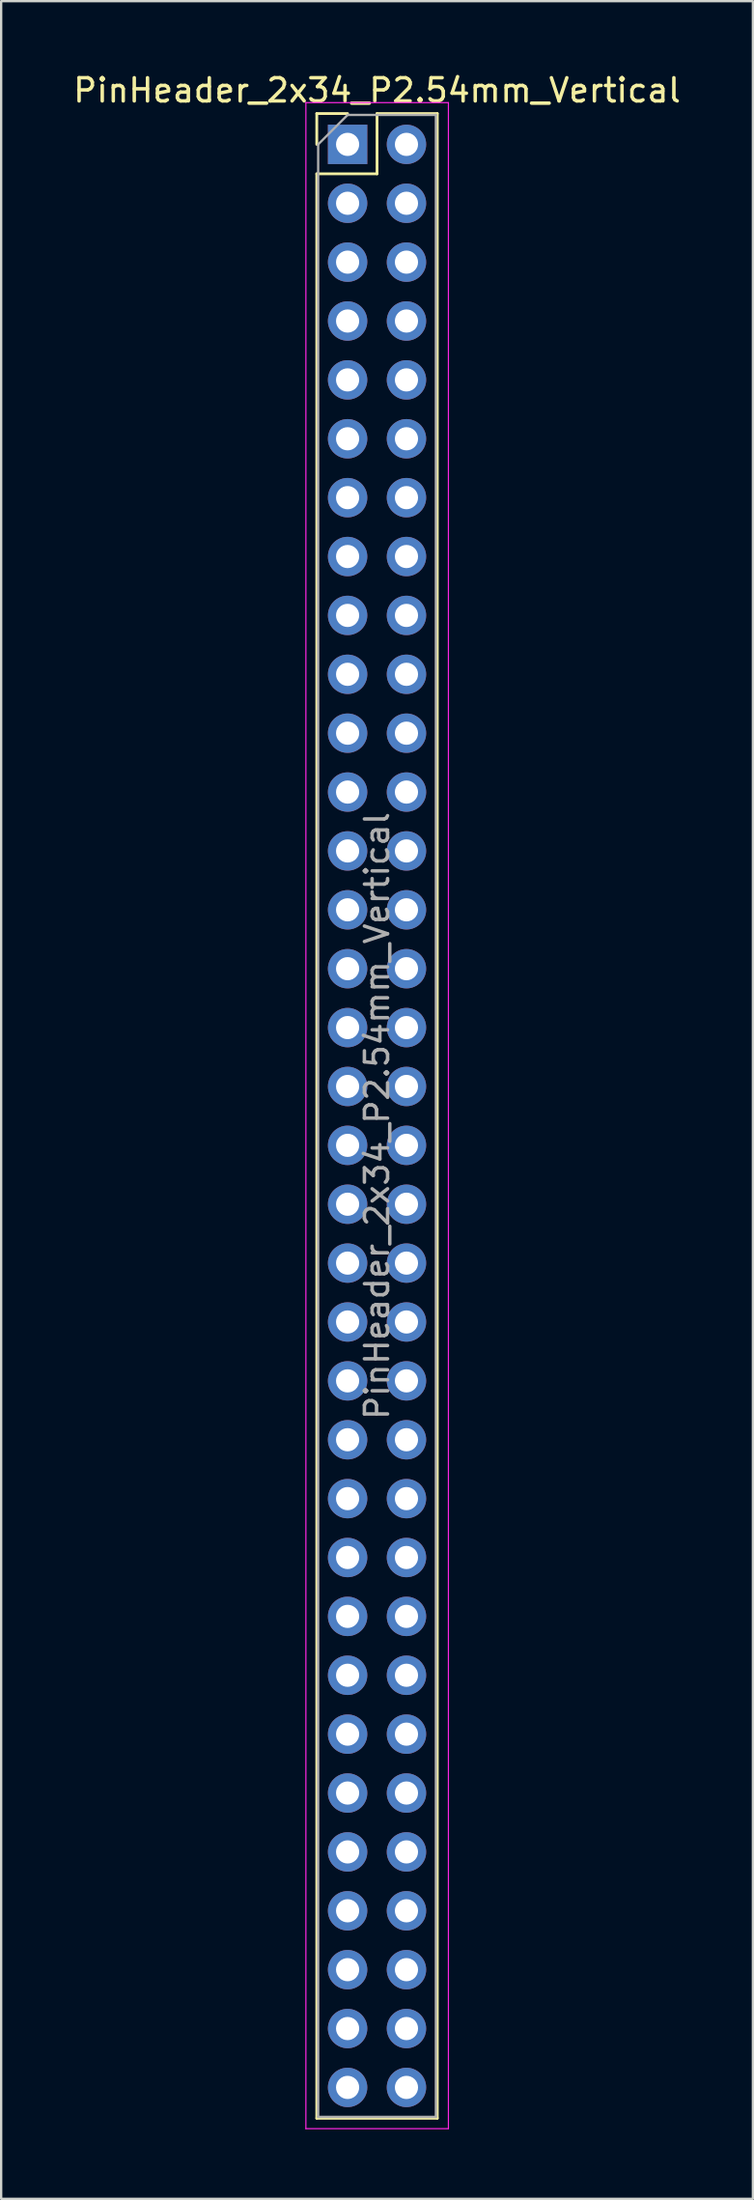
<source format=kicad_pcb>
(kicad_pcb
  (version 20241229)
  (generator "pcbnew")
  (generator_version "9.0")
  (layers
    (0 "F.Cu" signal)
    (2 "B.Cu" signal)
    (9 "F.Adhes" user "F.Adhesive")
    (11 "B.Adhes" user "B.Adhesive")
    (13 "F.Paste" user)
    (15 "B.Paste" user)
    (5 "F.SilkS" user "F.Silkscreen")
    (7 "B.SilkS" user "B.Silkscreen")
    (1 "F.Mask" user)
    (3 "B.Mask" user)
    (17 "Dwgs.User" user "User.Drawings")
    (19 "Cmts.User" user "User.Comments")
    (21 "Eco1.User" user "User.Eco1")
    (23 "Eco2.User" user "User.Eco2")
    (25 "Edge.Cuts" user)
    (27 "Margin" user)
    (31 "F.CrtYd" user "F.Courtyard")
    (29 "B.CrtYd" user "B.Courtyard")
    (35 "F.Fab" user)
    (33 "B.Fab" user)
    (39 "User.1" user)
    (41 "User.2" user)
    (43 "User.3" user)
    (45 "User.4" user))
  (footprint "PinHeader_2x34_P2.54mm_Vertical"
    (layer "F.Cu")
    (at 11.95 3.178)
    (property "Reference" "PinHeader_2x34_P2.54mm_Vertical" (at 1.27 -2.33 0) (layer "F.SilkS") (effects (font (size 1 1) (thickness 0.15))))
    (attr through_hole)
    (fp_line (start -1.33 -1.33) (end 0 -1.33) (stroke (width 0.12) (type solid)) (layer "F.SilkS"))
    (fp_line (start -1.33 0) (end -1.33 -1.33) (stroke (width 0.12) (type solid)) (layer "F.SilkS"))
    (fp_line (start -1.33 1.27) (end -1.33 85.15) (stroke (width 0.12) (type solid)) (layer "F.SilkS"))
    (fp_line (start -1.33 1.27) (end 1.27 1.27) (stroke (width 0.12) (type solid)) (layer "F.SilkS"))
    (fp_line (start -1.33 85.15) (end 3.87 85.15) (stroke (width 0.12) (type solid)) (layer "F.SilkS"))
    (fp_line (start 1.27 -1.33) (end 3.87 -1.33) (stroke (width 0.12) (type solid)) (layer "F.SilkS"))
    (fp_line (start 1.27 1.27) (end 1.27 -1.33) (stroke (width 0.12) (type solid)) (layer "F.SilkS"))
    (fp_line (start 3.87 -1.33) (end 3.87 85.15) (stroke (width 0.12) (type solid)) (layer "F.SilkS"))
    (fp_line (start -1.8 -1.8) (end -1.8 85.6) (stroke (width 0.05) (type solid)) (layer "F.CrtYd"))
    (fp_line (start -1.8 85.6) (end 4.35 85.6) (stroke (width 0.05) (type solid)) (layer "F.CrtYd"))
    (fp_line (start 4.35 -1.8) (end -1.8 -1.8) (stroke (width 0.05) (type solid)) (layer "F.CrtYd"))
    (fp_line (start 4.35 85.6) (end 4.35 -1.8) (stroke (width 0.05) (type solid)) (layer "F.CrtYd"))
    (fp_line (start -1.27 0) (end 0 -1.27) (stroke (width 0.1) (type solid)) (layer "F.Fab"))
    (fp_line (start -1.27 85.09) (end -1.27 0) (stroke (width 0.1) (type solid)) (layer "F.Fab"))
    (fp_line (start 0 -1.27) (end 3.81 -1.27) (stroke (width 0.1) (type solid)) (layer "F.Fab"))
    (fp_line (start 3.81 -1.27) (end 3.81 85.09) (stroke (width 0.1) (type solid)) (layer "F.Fab"))
    (fp_line (start 3.81 85.09) (end -1.27 85.09) (stroke (width 0.1) (type solid)) (layer "F.Fab"))
    (fp_text user "${REFERENCE}" (at 1.27 41.91 90) (layer "F.Fab") (effects (font (size 1 1) (thickness 0.15))))
    (pad "1" thru_hole rect (at 0 0) (size 1.7 1.7) (drill 1) (layers "*.Cu" "*.Mask"))
    (pad "2" thru_hole oval (at 2.54 0) (size 1.7 1.7) (drill 1) (layers "*.Cu" "*.Mask"))
    (pad "3" thru_hole oval (at 0 2.54) (size 1.7 1.7) (drill 1) (layers "*.Cu" "*.Mask"))
    (pad "4" thru_hole oval (at 2.54 2.54) (size 1.7 1.7) (drill 1) (layers "*.Cu" "*.Mask"))
    (pad "5" thru_hole oval (at 0 5.08) (size 1.7 1.7) (drill 1) (layers "*.Cu" "*.Mask"))
    (pad "6" thru_hole oval (at 2.54 5.08) (size 1.7 1.7) (drill 1) (layers "*.Cu" "*.Mask"))
    (pad "7" thru_hole oval (at 0 7.62) (size 1.7 1.7) (drill 1) (layers "*.Cu" "*.Mask"))
    (pad "8" thru_hole oval (at 2.54 7.62) (size 1.7 1.7) (drill 1) (layers "*.Cu" "*.Mask"))
    (pad "9" thru_hole oval (at 0 10.16) (size 1.7 1.7) (drill 1) (layers "*.Cu" "*.Mask"))
    (pad "10" thru_hole oval (at 2.54 10.16) (size 1.7 1.7) (drill 1) (layers "*.Cu" "*.Mask"))
    (pad "11" thru_hole oval (at 0 12.7) (size 1.7 1.7) (drill 1) (layers "*.Cu" "*.Mask"))
    (pad "12" thru_hole oval (at 2.54 12.7) (size 1.7 1.7) (drill 1) (layers "*.Cu" "*.Mask"))
    (pad "13" thru_hole oval (at 0 15.24) (size 1.7 1.7) (drill 1) (layers "*.Cu" "*.Mask"))
    (pad "14" thru_hole oval (at 2.54 15.24) (size 1.7 1.7) (drill 1) (layers "*.Cu" "*.Mask"))
    (pad "15" thru_hole oval (at 0 17.78) (size 1.7 1.7) (drill 1) (layers "*.Cu" "*.Mask"))
    (pad "16" thru_hole oval (at 2.54 17.78) (size 1.7 1.7) (drill 1) (layers "*.Cu" "*.Mask"))
    (pad "17" thru_hole oval (at 0 20.32) (size 1.7 1.7) (drill 1) (layers "*.Cu" "*.Mask"))
    (pad "18" thru_hole oval (at 2.54 20.32) (size 1.7 1.7) (drill 1) (layers "*.Cu" "*.Mask"))
    (pad "19" thru_hole oval (at 0 22.86) (size 1.7 1.7) (drill 1) (layers "*.Cu" "*.Mask"))
    (pad "20" thru_hole oval (at 2.54 22.86) (size 1.7 1.7) (drill 1) (layers "*.Cu" "*.Mask"))
    (pad "21" thru_hole oval (at 0 25.4) (size 1.7 1.7) (drill 1) (layers "*.Cu" "*.Mask"))
    (pad "22" thru_hole oval (at 2.54 25.4) (size 1.7 1.7) (drill 1) (layers "*.Cu" "*.Mask"))
    (pad "23" thru_hole oval (at 0 27.94) (size 1.7 1.7) (drill 1) (layers "*.Cu" "*.Mask"))
    (pad "24" thru_hole oval (at 2.54 27.94) (size 1.7 1.7) (drill 1) (layers "*.Cu" "*.Mask"))
    (pad "25" thru_hole oval (at 0 30.48) (size 1.7 1.7) (drill 1) (layers "*.Cu" "*.Mask"))
    (pad "26" thru_hole oval (at 2.54 30.48) (size 1.7 1.7) (drill 1) (layers "*.Cu" "*.Mask"))
    (pad "27" thru_hole oval (at 0 33.02) (size 1.7 1.7) (drill 1) (layers "*.Cu" "*.Mask"))
    (pad "28" thru_hole oval (at 2.54 33.02) (size 1.7 1.7) (drill 1) (layers "*.Cu" "*.Mask"))
    (pad "29" thru_hole oval (at 0 35.56) (size 1.7 1.7) (drill 1) (layers "*.Cu" "*.Mask"))
    (pad "30" thru_hole oval (at 2.54 35.56) (size 1.7 1.7) (drill 1) (layers "*.Cu" "*.Mask"))
    (pad "31" thru_hole oval (at 0 38.1) (size 1.7 1.7) (drill 1) (layers "*.Cu" "*.Mask"))
    (pad "32" thru_hole oval (at 2.54 38.1) (size 1.7 1.7) (drill 1) (layers "*.Cu" "*.Mask"))
    (pad "33" thru_hole oval (at 0 40.64) (size 1.7 1.7) (drill 1) (layers "*.Cu" "*.Mask"))
    (pad "34" thru_hole oval (at 2.54 40.64) (size 1.7 1.7) (drill 1) (layers "*.Cu" "*.Mask"))
    (pad "35" thru_hole oval (at 0 43.18) (size 1.7 1.7) (drill 1) (layers "*.Cu" "*.Mask"))
    (pad "36" thru_hole oval (at 2.54 43.18) (size 1.7 1.7) (drill 1) (layers "*.Cu" "*.Mask"))
    (pad "37" thru_hole oval (at 0 45.72) (size 1.7 1.7) (drill 1) (layers "*.Cu" "*.Mask"))
    (pad "38" thru_hole oval (at 2.54 45.72) (size 1.7 1.7) (drill 1) (layers "*.Cu" "*.Mask"))
    (pad "39" thru_hole oval (at 0 48.26) (size 1.7 1.7) (drill 1) (layers "*.Cu" "*.Mask"))
    (pad "40" thru_hole oval (at 2.54 48.26) (size 1.7 1.7) (drill 1) (layers "*.Cu" "*.Mask"))
    (pad "41" thru_hole oval (at 0 50.8) (size 1.7 1.7) (drill 1) (layers "*.Cu" "*.Mask"))
    (pad "42" thru_hole oval (at 2.54 50.8) (size 1.7 1.7) (drill 1) (layers "*.Cu" "*.Mask"))
    (pad "43" thru_hole oval (at 0 53.34) (size 1.7 1.7) (drill 1) (layers "*.Cu" "*.Mask"))
    (pad "44" thru_hole oval (at 2.54 53.34) (size 1.7 1.7) (drill 1) (layers "*.Cu" "*.Mask"))
    (pad "45" thru_hole oval (at 0 55.88) (size 1.7 1.7) (drill 1) (layers "*.Cu" "*.Mask"))
    (pad "46" thru_hole oval (at 2.54 55.88) (size 1.7 1.7) (drill 1) (layers "*.Cu" "*.Mask"))
    (pad "47" thru_hole oval (at 0 58.42) (size 1.7 1.7) (drill 1) (layers "*.Cu" "*.Mask"))
    (pad "48" thru_hole oval (at 2.54 58.42) (size 1.7 1.7) (drill 1) (layers "*.Cu" "*.Mask"))
    (pad "49" thru_hole oval (at 0 60.96) (size 1.7 1.7) (drill 1) (layers "*.Cu" "*.Mask"))
    (pad "50" thru_hole oval (at 2.54 60.96) (size 1.7 1.7) (drill 1) (layers "*.Cu" "*.Mask"))
    (pad "51" thru_hole oval (at 0 63.5) (size 1.7 1.7) (drill 1) (layers "*.Cu" "*.Mask"))
    (pad "52" thru_hole oval (at 2.54 63.5) (size 1.7 1.7) (drill 1) (layers "*.Cu" "*.Mask"))
    (pad "53" thru_hole oval (at 0 66.04) (size 1.7 1.7) (drill 1) (layers "*.Cu" "*.Mask"))
    (pad "54" thru_hole oval (at 2.54 66.04) (size 1.7 1.7) (drill 1) (layers "*.Cu" "*.Mask"))
    (pad "55" thru_hole oval (at 0 68.58) (size 1.7 1.7) (drill 1) (layers "*.Cu" "*.Mask"))
    (pad "56" thru_hole oval (at 2.54 68.58) (size 1.7 1.7) (drill 1) (layers "*.Cu" "*.Mask"))
    (pad "57" thru_hole oval (at 0 71.12) (size 1.7 1.7) (drill 1) (layers "*.Cu" "*.Mask"))
    (pad "58" thru_hole oval (at 2.54 71.12) (size 1.7 1.7) (drill 1) (layers "*.Cu" "*.Mask"))
    (pad "59" thru_hole oval (at 0 73.66) (size 1.7 1.7) (drill 1) (layers "*.Cu" "*.Mask"))
    (pad "60" thru_hole oval (at 2.54 73.66) (size 1.7 1.7) (drill 1) (layers "*.Cu" "*.Mask"))
    (pad "61" thru_hole oval (at 0 76.2) (size 1.7 1.7) (drill 1) (layers "*.Cu" "*.Mask"))
    (pad "62" thru_hole oval (at 2.54 76.2) (size 1.7 1.7) (drill 1) (layers "*.Cu" "*.Mask"))
    (pad "63" thru_hole oval (at 0 78.74) (size 1.7 1.7) (drill 1) (layers "*.Cu" "*.Mask"))
    (pad "64" thru_hole oval (at 2.54 78.74) (size 1.7 1.7) (drill 1) (layers "*.Cu" "*.Mask"))
    (pad "65" thru_hole oval (at 0 81.28) (size 1.7 1.7) (drill 1) (layers "*.Cu" "*.Mask"))
    (pad "66" thru_hole oval (at 2.54 81.28) (size 1.7 1.7) (drill 1) (layers "*.Cu" "*.Mask"))
    (pad "67" thru_hole oval (at 0 83.82) (size 1.7 1.7) (drill 1) (layers "*.Cu" "*.Mask"))
    (pad "68" thru_hole oval (at 2.54 83.82) (size 1.7 1.7) (drill 1) (layers "*.Cu" "*.Mask")))
  (gr_rect
    (start -3 -3)
    (end 29.44 91.803)
    (stroke (width 0.1) (type default))
    (fill no)
    (layer "Edge.Cuts")))
</source>
